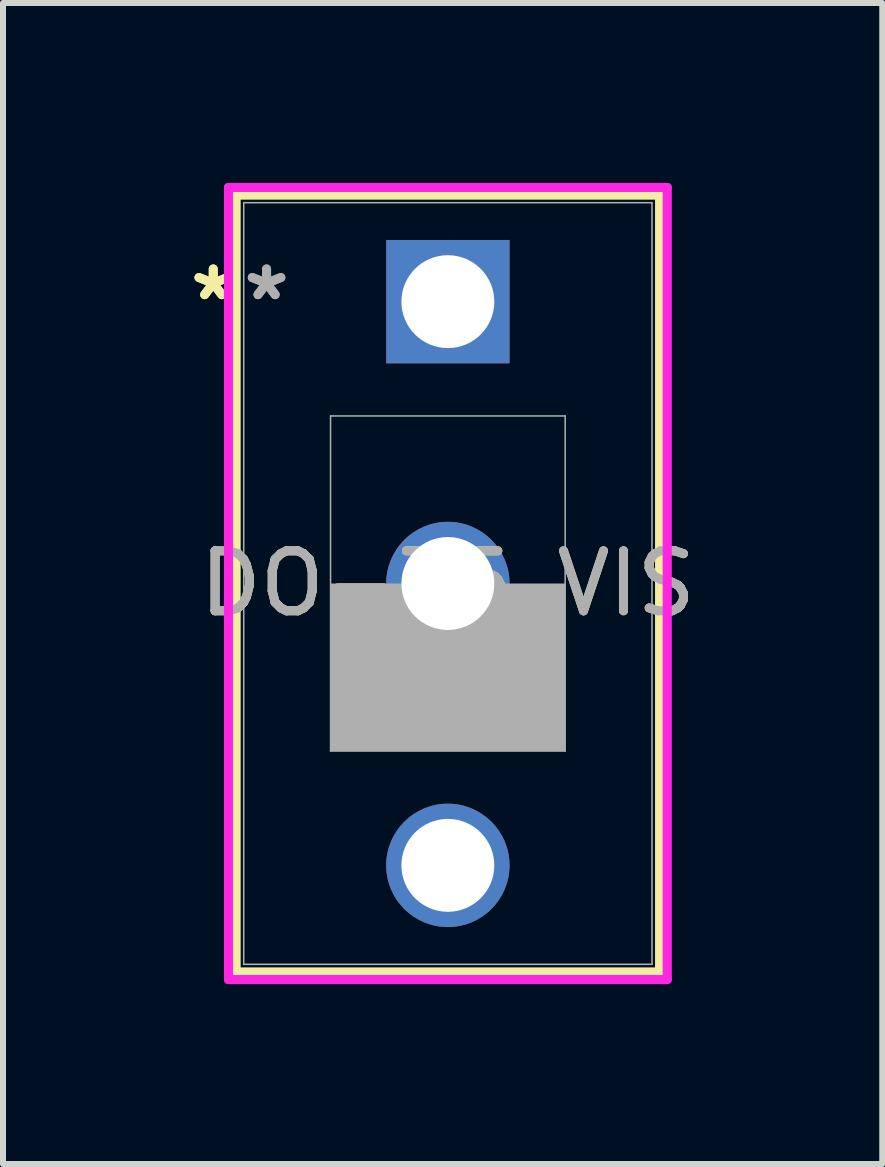
<source format=kicad_pcb>
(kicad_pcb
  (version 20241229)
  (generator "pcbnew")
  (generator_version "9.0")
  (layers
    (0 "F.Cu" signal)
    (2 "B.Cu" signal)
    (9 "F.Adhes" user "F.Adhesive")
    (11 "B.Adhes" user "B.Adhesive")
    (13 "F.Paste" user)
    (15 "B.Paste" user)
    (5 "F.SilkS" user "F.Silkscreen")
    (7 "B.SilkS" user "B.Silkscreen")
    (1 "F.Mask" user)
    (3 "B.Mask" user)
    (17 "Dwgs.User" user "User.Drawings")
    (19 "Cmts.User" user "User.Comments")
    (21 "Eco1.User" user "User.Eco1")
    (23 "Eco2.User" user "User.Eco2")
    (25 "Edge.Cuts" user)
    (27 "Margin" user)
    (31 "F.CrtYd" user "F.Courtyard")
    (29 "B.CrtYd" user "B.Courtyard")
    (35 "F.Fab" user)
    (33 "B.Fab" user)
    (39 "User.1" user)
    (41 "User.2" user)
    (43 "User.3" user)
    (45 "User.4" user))
  (footprint "DO-35_VIS"
    (layer "F.Cu")
    (at 4.418 1.98)
    (property "Reference" "DO-35_VIS" (at 0 4.7 0) (unlocked yes) (layer "F.SilkS") (effects (font (size 1 1) (thickness 0.15))))
    (attr through_hole)
    (fp_line (start -3.531 -1.777) (end -3.531 11.177) (stroke (width 0.152) (type solid)) (layer "F.SilkS"))
    (fp_line (start -3.531 11.177) (end 3.531 11.177) (stroke (width 0.152) (type solid)) (layer "F.SilkS"))
    (fp_line (start 3.531 -1.777) (end -3.531 -1.777) (stroke (width 0.152) (type solid)) (layer "F.SilkS"))
    (fp_line (start 3.531 11.177) (end 3.531 -1.777) (stroke (width 0.152) (type solid)) (layer "F.SilkS"))
    (fp_line (start -3.658 -1.904) (end -3.658 11.304) (stroke (width 0.152) (type solid)) (layer "F.CrtYd"))
    (fp_line (start -3.658 11.304) (end 3.658 11.304) (stroke (width 0.152) (type solid)) (layer "F.CrtYd"))
    (fp_line (start 3.658 -1.904) (end -3.658 -1.904) (stroke (width 0.152) (type solid)) (layer "F.CrtYd"))
    (fp_line (start 3.658 11.304) (end 3.658 -1.904) (stroke (width 0.152) (type solid)) (layer "F.CrtYd"))
    (fp_line (start -3.404 -1.65) (end -3.404 11.05) (stroke (width 0.025) (type solid)) (layer "F.Fab"))
    (fp_line (start -3.404 11.05) (end 3.404 11.05) (stroke (width 0.025) (type solid)) (layer "F.Fab"))
    (fp_line (start -1.956 1.906) (end 1.956 1.906) (stroke (width 0.025) (type solid)) (layer "F.Fab"))
    (fp_line (start -1.956 7.494) (end -1.956 1.906) (stroke (width 0.025) (type solid)) (layer "F.Fab"))
    (fp_line (start 1.956 1.906) (end 1.956 7.494) (stroke (width 0.025) (type solid)) (layer "F.Fab"))
    (fp_line (start 1.956 7.494) (end -1.956 7.494) (stroke (width 0.025) (type solid)) (layer "F.Fab"))
    (fp_line (start 3.404 -1.65) (end -3.404 -1.65) (stroke (width 0.025) (type solid)) (layer "F.Fab"))
    (fp_line (start 3.404 11.05) (end 3.404 -1.65) (stroke (width 0.025) (type solid)) (layer "F.Fab"))
    (fp_poly (pts (xy -1.956 7.494) (xy -1.956 4.7) (xy 1.956 4.7) (xy 1.956 7.494)) (stroke (width 0) (type solid)) (fill yes) (layer "F.Fab"))
    (fp_text user "*" (at -3.912 0 0) (layer "F.SilkS") (effects (font (size 1 1) (thickness 0.15))))
    (fp_text user "*" (at -3.912 0 0) (unlocked yes) (layer "F.SilkS") (effects (font (size 1 1) (thickness 0.15))))
    (fp_text user "*" (at -3.023 0 0) (layer "F.Fab") (effects (font (size 1 1) (thickness 0.15))))
    (fp_text user "${REFERENCE}" (at 0 4.7 0) (unlocked yes) (layer "F.Fab") (effects (font (size 1 1) (thickness 0.15))))
    (fp_text user "*" (at -3.023 0 0) (unlocked yes) (layer "F.Fab") (effects (font (size 1 1) (thickness 0.15))))
    (pad "1" thru_hole rect (at 0 0) (size 2.057 2.057) (drill 1.549) (layers "*.Cu" "*.Mask"))
    (pad "2" thru_hole circle (at 0 4.7) (size 2.057 2.057) (drill 1.549) (layers "*.Cu" "*.Mask"))
    (pad "3" thru_hole circle (at 0 9.4) (size 2.057 2.057) (drill 1.549) (layers "*.Cu" "*.Mask")))
  (gr_rect
    (start -3 -3)
    (end 11.662 16.36)
    (stroke (width 0.1) (type default))
    (fill no)
    (layer "Edge.Cuts")))
</source>
